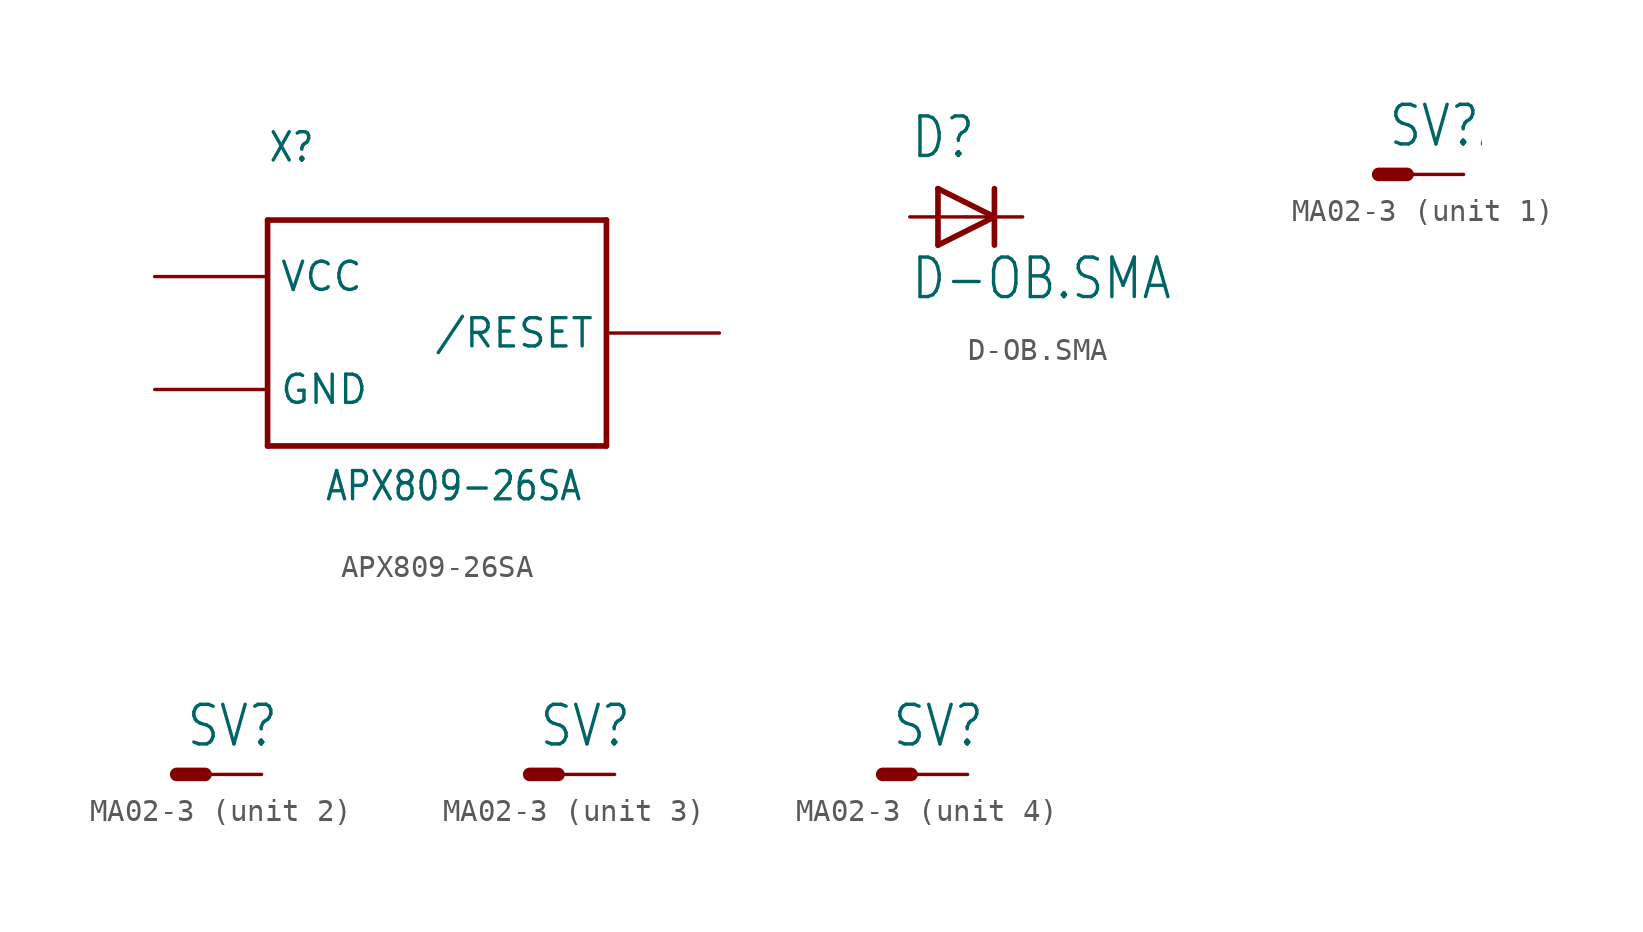
<source format=kicad_sym>
(kicad_symbol_lib
  (version 20211014)
  (generator kicad_symbol_editor)
  (symbol "APX809-26SA"
    (property "Reference" "X"
      (at -7.62 7.62 0)
      (effects (font (size 1.27 1.079)) (justify left bottom)))
    (property "Value" "APX809-26SA"
      (at -5.08 -7.62 0)
      (effects (font (size 1.27 1.079)) (justify left bottom)))
    (property "ki_locked" ""
      (at 0 0 0)
      (effects (font (size 1.27 1.27))))
    (symbol "APX809-26SA_1_0"
      (polyline (pts (xy -7.62 -5.08) (xy 7.62 -5.08)) (stroke (width 0.254) (type default) (color 0 0 0 0)) (fill (type none)))
      (polyline (pts (xy -7.62 5.08) (xy -7.62 -5.08)) (stroke (width 0.254) (type default) (color 0 0 0 0)) (fill (type none)))
      (polyline (pts (xy 7.62 -5.08) (xy 7.62 5.08)) (stroke (width 0.254) (type default) (color 0 0 0 0)) (fill (type none)))
      (polyline (pts (xy 7.62 5.08) (xy -7.62 5.08)) (stroke (width 0.254) (type default) (color 0 0 0 0)) (fill (type none)))
      (pin passive line (at -12.7 -2.54 0) (length 5.08) (name "GND" (effects (font (size 1.27 1.27)))) (number "1" (effects (font (size 0 0)))))
      (pin passive line (at 12.7 0 180) (length 5.08) (name "/RESET" (effects (font (size 1.27 1.27)))) (number "2" (effects (font (size 0 0)))))
      (pin input line (at -12.7 2.54 0) (length 5.08) (name "VCC" (effects (font (size 1.27 1.27)))) (number "3" (effects (font (size 0 0)))))))
  (symbol "D-OB.SMA"
    (property "Reference" "D"
      (at -2.54 2.54 0)
      (effects (font (size 1.778 1.511)) (justify left bottom)))
    (property "Value" "D-OB.SMA"
      (at -2.54 -3.81 0)
      (effects (font (size 1.778 1.511)) (justify left bottom)))
    (property "ki_locked" ""
      (at 0 0 0)
      (effects (font (size 1.27 1.27))))
    (symbol "D-OB.SMA_1_0"
      (polyline (pts (xy -1.27 -1.27) (xy 1.27 0)) (stroke (width 0.254) (type default) (color 0 0 0 0)) (fill (type none)))
      (polyline (pts (xy -1.27 1.27) (xy -1.27 -1.27)) (stroke (width 0.254) (type default) (color 0 0 0 0)) (fill (type none)))
      (polyline (pts (xy 1.27 0) (xy -1.27 1.27)) (stroke (width 0.254) (type default) (color 0 0 0 0)) (fill (type none)))
      (polyline (pts (xy 1.27 0) (xy 1.27 -1.27)) (stroke (width 0.254) (type default) (color 0 0 0 0)) (fill (type none)))
      (polyline (pts (xy 1.27 1.27) (xy 1.27 0)) (stroke (width 0.254) (type default) (color 0 0 0 0)) (fill (type none)))
      (pin passive line (at -2.54 0 0) (length 2.54) (name "A" (effects (font (size 0 0)))) (number "A" (effects (font (size 0 0)))))
      (pin passive line (at 2.54 0 180) (length 2.54) (name "C" (effects (font (size 0 0)))) (number "K" (effects (font (size 0 0)))))))
  (symbol "MA02-3"
    (property "Reference" "SV"
      (at -3.429 1.143 0)
      (effects (font (size 1.778 1.511)) (justify left bottom)))
    (property "ki_locked" ""
      (at 0 0 0)
      (effects (font (size 1.27 1.27))))
    (symbol "MA02-3_1_0"
      (polyline (pts (xy -3.81 0) (xy -2.54 0)) (stroke (width 0.61) (type default) (color 0 0 0 0)) (fill (type none)))
      (pin passive line (at 0 0 180) (length 2.54) (name "P$1" (effects (font (size 0 0)))) (number "1" (effects (font (size 0 0))))))
    (symbol "MA02-3_2_0"
      (polyline (pts (xy -3.81 0) (xy -2.54 0)) (stroke (width 0.61) (type default) (color 0 0 0 0)) (fill (type none)))
      (pin passive line (at 0 0 180) (length 2.54) (name "P$1" (effects (font (size 0 0)))) (number "2" (effects (font (size 0 0))))))
    (symbol "MA02-3_3_0"
      (polyline (pts (xy -3.81 0) (xy -2.54 0)) (stroke (width 0.61) (type default) (color 0 0 0 0)) (fill (type none)))
      (pin passive line (at 0 0 180) (length 2.54) (name "P$1" (effects (font (size 0 0)))) (number "3" (effects (font (size 0 0))))))
    (symbol "MA02-3_4_0"
      (polyline (pts (xy -3.81 0) (xy -2.54 0)) (stroke (width 0.61) (type default) (color 0 0 0 0)) (fill (type none)))
      (pin passive line (at 0 0 180) (length 2.54) (name "P$1" (effects (font (size 0 0)))) (number "4" (effects (font (size 0 0))))))))
</source>
